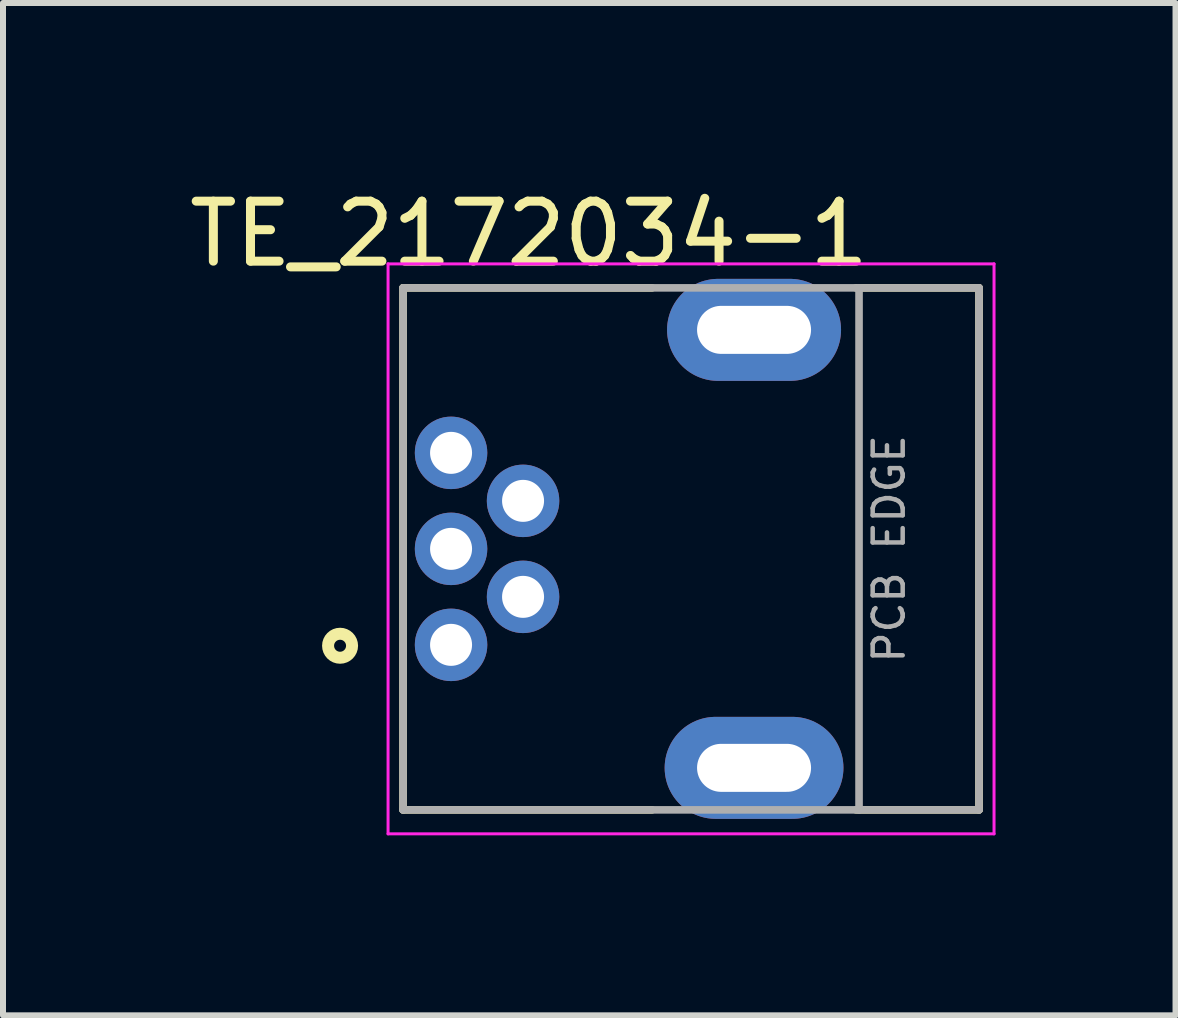
<source format=kicad_pcb>
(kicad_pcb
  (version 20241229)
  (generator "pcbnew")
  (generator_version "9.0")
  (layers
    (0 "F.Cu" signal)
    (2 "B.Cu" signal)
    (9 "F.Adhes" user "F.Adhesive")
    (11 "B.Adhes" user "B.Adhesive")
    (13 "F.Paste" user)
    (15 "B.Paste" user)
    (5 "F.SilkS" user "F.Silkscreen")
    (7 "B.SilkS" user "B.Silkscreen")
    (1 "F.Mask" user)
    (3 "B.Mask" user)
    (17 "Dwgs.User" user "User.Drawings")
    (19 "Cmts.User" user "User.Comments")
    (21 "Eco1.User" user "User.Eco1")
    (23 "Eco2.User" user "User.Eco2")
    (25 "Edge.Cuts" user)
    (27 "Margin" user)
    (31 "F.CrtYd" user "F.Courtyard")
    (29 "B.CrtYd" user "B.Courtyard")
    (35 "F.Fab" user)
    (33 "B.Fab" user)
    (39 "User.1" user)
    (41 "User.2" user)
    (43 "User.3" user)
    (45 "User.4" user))
  (footprint "TE_2172034-1"
    (layer "F.Cu")
    (at 9.518 6.098)
    (property "Reference" "TE_2172034-1" (at -3.75 -5.25 0) (layer "F.SilkS") (effects (font (size 1 1) (thickness 0.15))))
    (attr through_hole)
    (fp_line (start -5.85 -4.35) (end -1.7 -4.35) (stroke (width 0.127) (type solid)) (layer "F.SilkS"))
    (fp_line (start -5.85 4.35) (end -5.85 -4.35) (stroke (width 0.127) (type solid)) (layer "F.SilkS"))
    (fp_line (start -1.7 4.35) (end -5.85 4.35) (stroke (width 0.127) (type solid)) (layer "F.SilkS"))
    (fp_line (start 1.7 -4.35) (end 3.75 -4.35) (stroke (width 0.127) (type solid)) (layer "F.SilkS"))
    (fp_line (start 3.75 -4.35) (end 3.75 4.35) (stroke (width 0.127) (type solid)) (layer "F.SilkS"))
    (fp_line (start 3.75 4.35) (end 1.7 4.35) (stroke (width 0.127) (type solid)) (layer "F.SilkS"))
    (fp_circle (center -6.9 1.615) (end -6.7 1.615) (stroke (width 0.2) (type solid)) (fill no) (layer "F.SilkS"))
    (fp_line (start -6.1 -4.75) (end 4 -4.75) (stroke (width 0.05) (type solid)) (layer "F.CrtYd"))
    (fp_line (start -6.1 4.75) (end -6.1 -4.75) (stroke (width 0.05) (type solid)) (layer "F.CrtYd"))
    (fp_line (start 4 -4.75) (end 4 4.75) (stroke (width 0.05) (type solid)) (layer "F.CrtYd"))
    (fp_line (start 4 4.75) (end -6.1 4.75) (stroke (width 0.05) (type solid)) (layer "F.CrtYd"))
    (fp_line (start -5.85 -4.35) (end -5.85 4.35) (stroke (width 0.127) (type solid)) (layer "F.Fab"))
    (fp_line (start -5.85 4.35) (end 1.75 4.35) (stroke (width 0.127) (type solid)) (layer "F.Fab"))
    (fp_line (start 1.75 -4.35) (end -5.85 -4.35) (stroke (width 0.127) (type solid)) (layer "F.Fab"))
    (fp_line (start 1.75 -4.35) (end 1.75 4.35) (stroke (width 0.127) (type solid)) (layer "F.Fab"))
    (fp_line (start 1.75 4.35) (end 3.75 4.35) (stroke (width 0.127) (type solid)) (layer "F.Fab"))
    (fp_line (start 3.75 -4.35) (end 1.75 -4.35) (stroke (width 0.127) (type solid)) (layer "F.Fab"))
    (fp_line (start 3.75 4.35) (end 3.75 -4.35) (stroke (width 0.127) (type solid)) (layer "F.Fab"))
    (fp_circle (center -5.05 1.6) (end -4.85 1.6) (stroke (width 0.2) (type solid)) (fill no) (layer "F.Fab"))
    (fp_text user "PCB EDGE" (at 2.25 0 90) (unlocked yes) (layer "F.Fab") (effects (font (size 0.5 0.5) (thickness 0.075))))
    (pad "1" thru_hole circle (at -5.05 1.6) (size 1.208 1.208) (drill 0.7) (layers "*.Cu" "*.Mask"))
    (pad "2" thru_hole circle (at -3.85 0.8) (size 1.208 1.208) (drill 0.7) (layers "*.Cu" "*.Mask"))
    (pad "3" thru_hole circle (at -5.05 0) (size 1.208 1.208) (drill 0.7) (layers "*.Cu" "*.Mask"))
    (pad "4" thru_hole circle (at -3.85 -0.8) (size 1.208 1.208) (drill 0.7) (layers "*.Cu" "*.Mask"))
    (pad "5" thru_hole circle (at -5.05 -1.6) (size 1.208 1.208) (drill 0.7) (layers "*.Cu" "*.Mask"))
    (pad "6" thru_hole oval (at 0 -3.65) (size 2.9 1.7) (drill oval 1.9 0.8) (layers "*.Cu" "*.Mask"))
    (pad "6" thru_hole oval (at 0 3.65) (size 2.98 1.7) (drill oval 1.9 0.8) (layers "*.Cu" "*.Mask")))
  (gr_rect
    (start -3 -3)
    (end 16.543 13.873)
    (stroke (width 0.1) (type default))
    (fill no)
    (layer "Edge.Cuts")))
</source>
